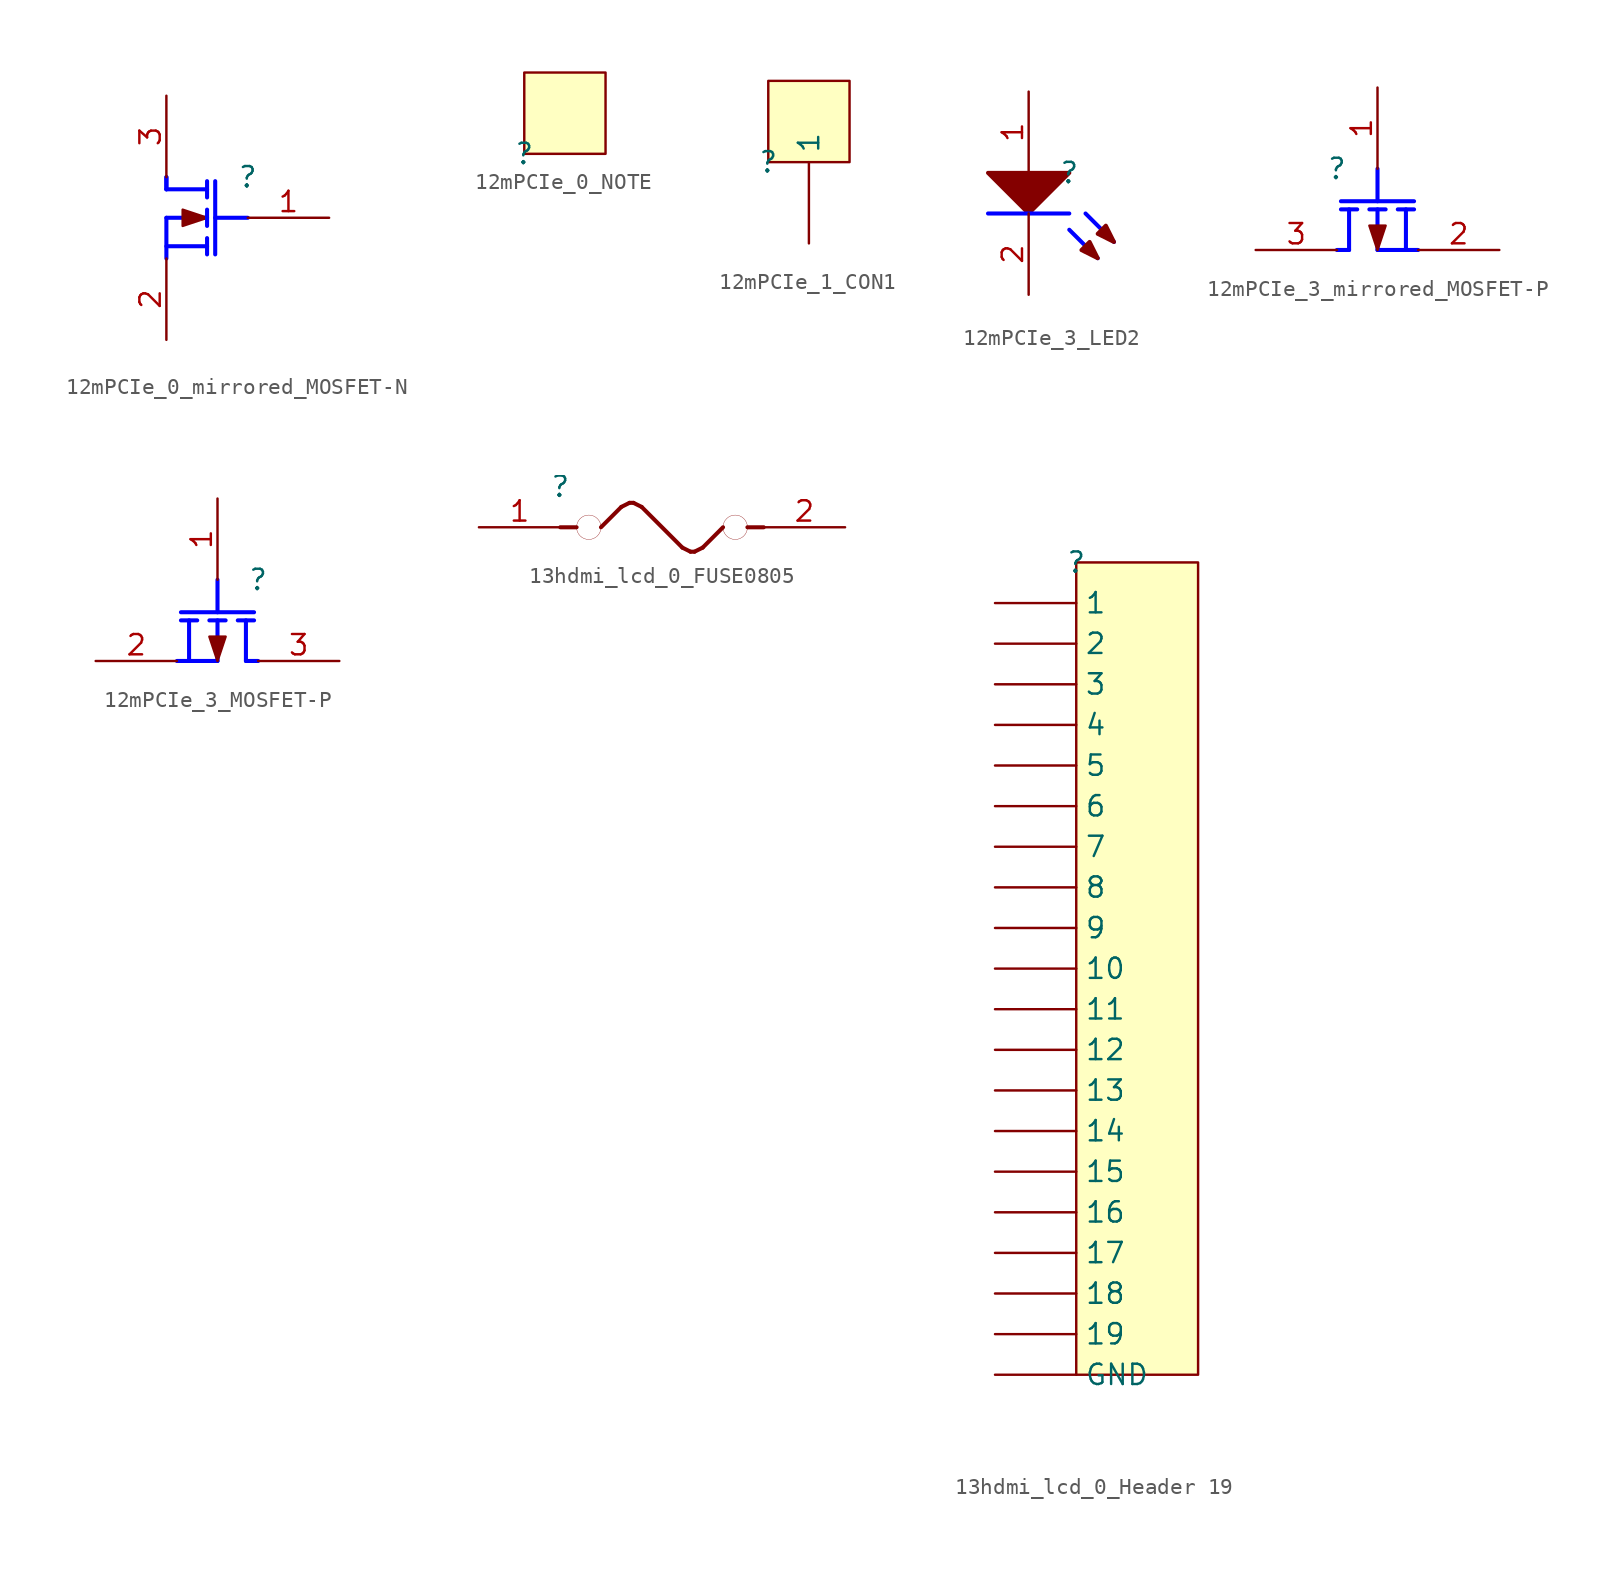
<source format=kicad_sym>
(kicad_symbol_lib
  (version 20220914)
  (generator kicad_symbol_editor)
  (symbol "12mPCIe_0_mirrored_MOSFET-N"
    (property "Reference" ""
      (at 0 0 0)
      (effects (font (size 1.27 1.27))))
    (property "Value" ""
      (at 0 0 0)
      (effects (font (size 1.27 1.27))))
    (symbol "12mPCIe_0_mirrored_MOSFET-N_1_0"
      (polyline (pts (xy -5.08 -4.318) (xy -2.54 -4.318)) (stroke (width 0.254) (type solid) (color 0 0 255 1)) (fill (type none)))
      (polyline (pts (xy -5.08 -2.54) (xy -5.08 -5.08)) (stroke (width 0.254) (type solid) (color 0 0 255 1)) (fill (type none)))
      (polyline (pts (xy -5.08 -2.54) (xy -2.54 -2.54)) (stroke (width 0.254) (type solid) (color 0 0 255 1)) (fill (type none)))
      (polyline (pts (xy -5.08 -0.762) (xy -5.08 0)) (stroke (width 0.254) (type solid) (color 0 0 255 1)) (fill (type none)))
      (polyline (pts (xy -5.08 -0.762) (xy -5.08 0)) (stroke (width 0.254) (type solid) (color 0 0 255 1)) (fill (type none)))
      (polyline (pts (xy -5.08 -0.762) (xy -2.54 -0.762)) (stroke (width 0.254) (type solid) (color 0 0 255 1)) (fill (type none)))
      (polyline (pts (xy -2.54 -4.826) (xy -2.54 -3.81)) (stroke (width 0.254) (type solid) (color 0 0 255 1)) (fill (type none)))
      (polyline (pts (xy -2.54 -3.048) (xy -2.54 -2.032)) (stroke (width 0.254) (type solid) (color 0 0 255 1)) (fill (type none)))
      (polyline (pts (xy -2.54 -0.254) (xy -2.54 -1.27)) (stroke (width 0.254) (type solid) (color 0 0 255 1)) (fill (type none)))
      (polyline (pts (xy -2.032 -0.254) (xy -2.032 -4.826)) (stroke (width 0.254) (type solid) (color 0 0 255 1)) (fill (type none)))
      (polyline (pts (xy 0 -2.54) (xy -2.032 -2.54)) (stroke (width 0.254) (type solid) (color 0 0 255 1)) (fill (type none)))
      (polyline (pts (xy -2.54 -2.54) (xy -4.064 -3.048) (xy -4.064 -2.032) (xy -2.54 -2.54)) (stroke (width 0) (type solid)) (fill (type outline)))
      (pin passive line (at 5.08 -2.54 180) (length 5.08) (name "G" (effects (font (size 0 0)))) (number "1" (effects (font (size 1.27 1.27)))))
      (pin passive line (at -5.08 -10.16 90) (length 5.08) (name "S" (effects (font (size 0 0)))) (number "2" (effects (font (size 1.27 1.27)))))
      (pin passive line (at -5.08 5.08 270) (length 5.08) (name "D" (effects (font (size 0 0)))) (number "3" (effects (font (size 1.27 1.27)))))))
  (symbol "12mPCIe_0_NOTE"
    (property "Reference" ""
      (at 0 0 0)
      (effects (font (size 1.27 1.27))))
    (property "Value" ""
      (at 0 0 0)
      (effects (font (size 1.27 1.27))))
    (symbol "12mPCIe_0_NOTE_1_0"
      (rectangle (start 5.08 5.08) (end 0 0) (stroke (width 0) (type solid)) (fill (type background)))))
  (symbol "12mPCIe_1_CON1"
    (property "Reference" ""
      (at 0 0 0)
      (effects (font (size 1.27 1.27))))
    (property "Value" ""
      (at 0 0 0)
      (effects (font (size 1.27 1.27))))
    (symbol "12mPCIe_1_CON1_1_0"
      (rectangle (start 5.08 5.08) (end 0 0) (stroke (width 0) (type solid)) (fill (type background)))
      (pin passive line (at 2.54 -5.08 90) (length 5.08) (name "1" (effects (font (size 1.27 1.27)))) (number "1" (effects (font (size 0 0)))))))
  (symbol "12mPCIe_3_LED2"
    (property "Reference" ""
      (at 0 0 0)
      (effects (font (size 1.27 1.27))))
    (property "Value" ""
      (at 0 0 0)
      (effects (font (size 1.27 1.27))))
    (symbol "12mPCIe_3_LED2_1_0"
      (polyline (pts (xy 0 -3.556) (xy 1.778 -5.334)) (stroke (width 0.254) (type solid) (color 0 0 255 1)) (fill (type none)))
      (polyline (pts (xy 0 -2.54) (xy -5.08 -2.54)) (stroke (width 0.254) (type solid) (color 0 0 255 1)) (fill (type none)))
      (polyline (pts (xy 1.016 -2.54) (xy 2.794 -4.318)) (stroke (width 0.254) (type solid) (color 0 0 255 1)) (fill (type none)))
      (polyline (pts (xy -5.08 0) (xy -2.54 -2.54) (xy 0 0) (xy -5.08 0)) (stroke (width 0.254) (type solid)) (fill (type outline)))
      (polyline (pts (xy 1.778 -5.334) (xy 1.27 -4.318) (xy 0.762 -4.826) (xy 1.778 -5.334)) (stroke (width 0.254) (type solid)) (fill (type outline)))
      (polyline (pts (xy 2.794 -4.318) (xy 2.286 -3.302) (xy 1.778 -3.81) (xy 2.794 -4.318)) (stroke (width 0.254) (type solid)) (fill (type outline)))
      (pin passive line (at -2.54 5.08 270) (length 5.08) (name "A" (effects (font (size 0 0)))) (number "1" (effects (font (size 1.27 1.27)))))
      (pin passive line (at -2.54 -7.62 90) (length 5.08) (name "K" (effects (font (size 0 0)))) (number "2" (effects (font (size 1.27 1.27)))))))
  (symbol "12mPCIe_3_mirrored_MOSFET-P"
    (property "Reference" ""
      (at 0 0 0)
      (effects (font (size 1.27 1.27))))
    (property "Value" ""
      (at 0 0 0)
      (effects (font (size 1.27 1.27))))
    (symbol "12mPCIe_3_mirrored_MOSFET-P_1_0"
      (polyline (pts (xy 0.254 -2.032) (xy 4.826 -2.032)) (stroke (width 0.254) (type solid) (color 0 0 255 1)) (fill (type none)))
      (polyline (pts (xy 0.762 -5.08) (xy 0 -5.08)) (stroke (width 0.254) (type solid) (color 0 0 255 1)) (fill (type none)))
      (polyline (pts (xy 0.762 -5.08) (xy 0.762 -2.54)) (stroke (width 0.254) (type solid) (color 0 0 255 1)) (fill (type none)))
      (polyline (pts (xy 1.27 -2.54) (xy 0.254 -2.54)) (stroke (width 0.254) (type solid) (color 0 0 255 1)) (fill (type none)))
      (polyline (pts (xy 2.54 -5.08) (xy 2.54 -2.54)) (stroke (width 0.254) (type solid) (color 0 0 255 1)) (fill (type none)))
      (polyline (pts (xy 2.54 -5.08) (xy 5.08 -5.08)) (stroke (width 0.254) (type solid) (color 0 0 255 1)) (fill (type none)))
      (polyline (pts (xy 2.54 0) (xy 2.54 -2.032)) (stroke (width 0.254) (type solid) (color 0 0 255 1)) (fill (type none)))
      (polyline (pts (xy 3.048 -2.54) (xy 2.032 -2.54)) (stroke (width 0.254) (type solid) (color 0 0 255 1)) (fill (type none)))
      (polyline (pts (xy 4.318 -5.08) (xy 4.318 -2.54)) (stroke (width 0.254) (type solid) (color 0 0 255 1)) (fill (type none)))
      (polyline (pts (xy 4.826 -2.54) (xy 3.81 -2.54)) (stroke (width 0.254) (type solid) (color 0 0 255 1)) (fill (type none)))
      (polyline (pts (xy 2.54 -5.08) (xy 2.032 -3.556) (xy 3.048 -3.556) (xy 2.54 -5.08)) (stroke (width 0) (type solid)) (fill (type outline)))
      (pin passive line (at 2.54 5.08 270) (length 5.08) (name "G" (effects (font (size 0 0)))) (number "1" (effects (font (size 1.27 1.27)))))
      (pin passive line (at 10.16 -5.08 180) (length 5.08) (name "S" (effects (font (size 0 0)))) (number "2" (effects (font (size 1.27 1.27)))))
      (pin passive line (at -5.08 -5.08 0) (length 5.08) (name "D" (effects (font (size 0 0)))) (number "3" (effects (font (size 1.27 1.27)))))))
  (symbol "12mPCIe_3_MOSFET-P"
    (property "Reference" ""
      (at 0 0 0)
      (effects (font (size 1.27 1.27))))
    (property "Value" ""
      (at 0 0 0)
      (effects (font (size 1.27 1.27))))
    (symbol "12mPCIe_3_MOSFET-P_1_0"
      (polyline (pts (xy -4.826 -2.54) (xy -3.81 -2.54)) (stroke (width 0.254) (type solid) (color 0 0 255 1)) (fill (type none)))
      (polyline (pts (xy -4.318 -5.08) (xy -4.318 -2.54)) (stroke (width 0.254) (type solid) (color 0 0 255 1)) (fill (type none)))
      (polyline (pts (xy -3.048 -2.54) (xy -2.032 -2.54)) (stroke (width 0.254) (type solid) (color 0 0 255 1)) (fill (type none)))
      (polyline (pts (xy -2.54 -5.08) (xy -5.08 -5.08)) (stroke (width 0.254) (type solid) (color 0 0 255 1)) (fill (type none)))
      (polyline (pts (xy -2.54 -5.08) (xy -2.54 -2.54)) (stroke (width 0.254) (type solid) (color 0 0 255 1)) (fill (type none)))
      (polyline (pts (xy -2.54 0) (xy -2.54 -2.032)) (stroke (width 0.254) (type solid) (color 0 0 255 1)) (fill (type none)))
      (polyline (pts (xy -1.27 -2.54) (xy -0.254 -2.54)) (stroke (width 0.254) (type solid) (color 0 0 255 1)) (fill (type none)))
      (polyline (pts (xy -0.762 -5.08) (xy -0.762 -2.54)) (stroke (width 0.254) (type solid) (color 0 0 255 1)) (fill (type none)))
      (polyline (pts (xy -0.762 -5.08) (xy 0 -5.08)) (stroke (width 0.254) (type solid) (color 0 0 255 1)) (fill (type none)))
      (polyline (pts (xy -0.254 -2.032) (xy -4.826 -2.032)) (stroke (width 0.254) (type solid) (color 0 0 255 1)) (fill (type none)))
      (polyline (pts (xy -2.54 -5.08) (xy -2.032 -3.556) (xy -3.048 -3.556) (xy -2.54 -5.08)) (stroke (width 0) (type solid)) (fill (type outline)))
      (pin passive line (at -2.54 5.08 270) (length 5.08) (name "G" (effects (font (size 0 0)))) (number "1" (effects (font (size 1.27 1.27)))))
      (pin passive line (at -10.16 -5.08 0) (length 5.08) (name "S" (effects (font (size 0 0)))) (number "2" (effects (font (size 1.27 1.27)))))
      (pin passive line (at 5.08 -5.08 180) (length 5.08) (name "D" (effects (font (size 0 0)))) (number "3" (effects (font (size 1.27 1.27)))))))
  (symbol "13hdmi_lcd_0_FUSE0805"
    (property "Reference" ""
      (at 0 0 0)
      (effects (font (size 1.27 1.27))))
    (property "Value" ""
      (at 0 0 0)
      (effects (font (size 1.27 1.27))))
    (symbol "13hdmi_lcd_0_FUSE0805_1_0"
      (polyline (pts (xy 0 -2.54) (xy 1.016 -2.54)) (stroke (width 0.254) (type solid)) (fill (type none)))
      (polyline (pts (xy 2.54 -2.54) (xy 3.81 -1.27)) (stroke (width 0.254) (type solid)) (fill (type none)))
      (polyline (pts (xy 3.81 -1.27) (xy 4.318 -1.016)) (stroke (width 0.254) (type solid)) (fill (type none)))
      (polyline (pts (xy 4.318 -1.016) (xy 4.572 -1.016)) (stroke (width 0.254) (type solid)) (fill (type none)))
      (polyline (pts (xy 4.572 -1.016) (xy 5.08 -1.27)) (stroke (width 0.254) (type solid)) (fill (type none)))
      (polyline (pts (xy 5.08 -1.27) (xy 7.62 -3.81)) (stroke (width 0.254) (type solid)) (fill (type none)))
      (polyline (pts (xy 7.62 -3.81) (xy 8.128 -4.064)) (stroke (width 0.254) (type solid)) (fill (type none)))
      (polyline (pts (xy 8.128 -4.064) (xy 8.382 -4.064)) (stroke (width 0.254) (type solid)) (fill (type none)))
      (polyline (pts (xy 8.382 -4.064) (xy 8.89 -3.81)) (stroke (width 0.254) (type solid)) (fill (type none)))
      (polyline (pts (xy 10.16 -2.54) (xy 8.89 -3.81)) (stroke (width 0.254) (type solid)) (fill (type none)))
      (polyline (pts (xy 11.684 -2.54) (xy 12.7 -2.54)) (stroke (width 0.254) (type solid)) (fill (type none)))
      (circle (center 1.778 -2.54) (radius 0.762) (stroke (width 0.0001) (type solid)) (fill (type none)))
      (circle (center 10.922 -2.54) (radius 0.762) (stroke (width 0.0001) (type solid)) (fill (type none)))
      (pin bidirectional line (at -5.08 -2.54 0) (length 5.08) (name "1" (effects (font (size 0 0)))) (number "1" (effects (font (size 1.27 1.27)))))
      (pin bidirectional line (at 17.78 -2.54 180) (length 5.08) (name "2" (effects (font (size 0 0)))) (number "2" (effects (font (size 1.27 1.27)))))))
  (symbol "13hdmi_lcd_0_Header 19"
    (property "Reference" ""
      (at 0 0 0)
      (effects (font (size 1.27 1.27))))
    (property "Value" ""
      (at 0 0 0)
      (effects (font (size 1.27 1.27))))
    (symbol "13hdmi_lcd_0_Header 19_1_0"
      (rectangle (start 7.62 0) (end 0 -50.8) (stroke (width 0) (type solid)) (fill (type background)))
      (pin passive line (at -5.08 -50.8 0) (length 5.08) (name "GND" (effects (font (size 1.27 1.27)))) (number "0" (effects (font (size 0 0)))))
      (pin passive line (at -5.08 -2.54 0) (length 5.08) (name "1" (effects (font (size 1.27 1.27)))) (number "1" (effects (font (size 0 0)))))
      (pin passive line (at -5.08 -25.4 0) (length 5.08) (name "10" (effects (font (size 1.27 1.27)))) (number "10" (effects (font (size 0 0)))))
      (pin passive line (at -5.08 -27.94 0) (length 5.08) (name "11" (effects (font (size 1.27 1.27)))) (number "11" (effects (font (size 0 0)))))
      (pin passive line (at -5.08 -30.48 0) (length 5.08) (name "12" (effects (font (size 1.27 1.27)))) (number "12" (effects (font (size 0 0)))))
      (pin passive line (at -5.08 -33.02 0) (length 5.08) (name "13" (effects (font (size 1.27 1.27)))) (number "13" (effects (font (size 0 0)))))
      (pin passive line (at -5.08 -35.56 0) (length 5.08) (name "14" (effects (font (size 1.27 1.27)))) (number "14" (effects (font (size 0 0)))))
      (pin passive line (at -5.08 -38.1 0) (length 5.08) (name "15" (effects (font (size 1.27 1.27)))) (number "15" (effects (font (size 0 0)))))
      (pin passive line (at -5.08 -40.64 0) (length 5.08) (name "16" (effects (font (size 1.27 1.27)))) (number "16" (effects (font (size 0 0)))))
      (pin passive line (at -5.08 -43.18 0) (length 5.08) (name "17" (effects (font (size 1.27 1.27)))) (number "17" (effects (font (size 0 0)))))
      (pin passive line (at -5.08 -45.72 0) (length 5.08) (name "18" (effects (font (size 1.27 1.27)))) (number "18" (effects (font (size 0 0)))))
      (pin passive line (at -5.08 -48.26 0) (length 5.08) (name "19" (effects (font (size 1.27 1.27)))) (number "19" (effects (font (size 0 0)))))
      (pin passive line (at -5.08 -5.08 0) (length 5.08) (name "2" (effects (font (size 1.27 1.27)))) (number "2" (effects (font (size 0 0)))))
      (pin passive line (at -5.08 -7.62 0) (length 5.08) (name "3" (effects (font (size 1.27 1.27)))) (number "3" (effects (font (size 0 0)))))
      (pin passive line (at -5.08 -10.16 0) (length 5.08) (name "4" (effects (font (size 1.27 1.27)))) (number "4" (effects (font (size 0 0)))))
      (pin passive line (at -5.08 -12.7 0) (length 5.08) (name "5" (effects (font (size 1.27 1.27)))) (number "5" (effects (font (size 0 0)))))
      (pin passive line (at -5.08 -15.24 0) (length 5.08) (name "6" (effects (font (size 1.27 1.27)))) (number "6" (effects (font (size 0 0)))))
      (pin passive line (at -5.08 -17.78 0) (length 5.08) (name "7" (effects (font (size 1.27 1.27)))) (number "7" (effects (font (size 0 0)))))
      (pin passive line (at -5.08 -20.32 0) (length 5.08) (name "8" (effects (font (size 1.27 1.27)))) (number "8" (effects (font (size 0 0)))))
      (pin passive line (at -5.08 -22.86 0) (length 5.08) (name "9" (effects (font (size 1.27 1.27)))) (number "9" (effects (font (size 0 0))))))))
</source>
